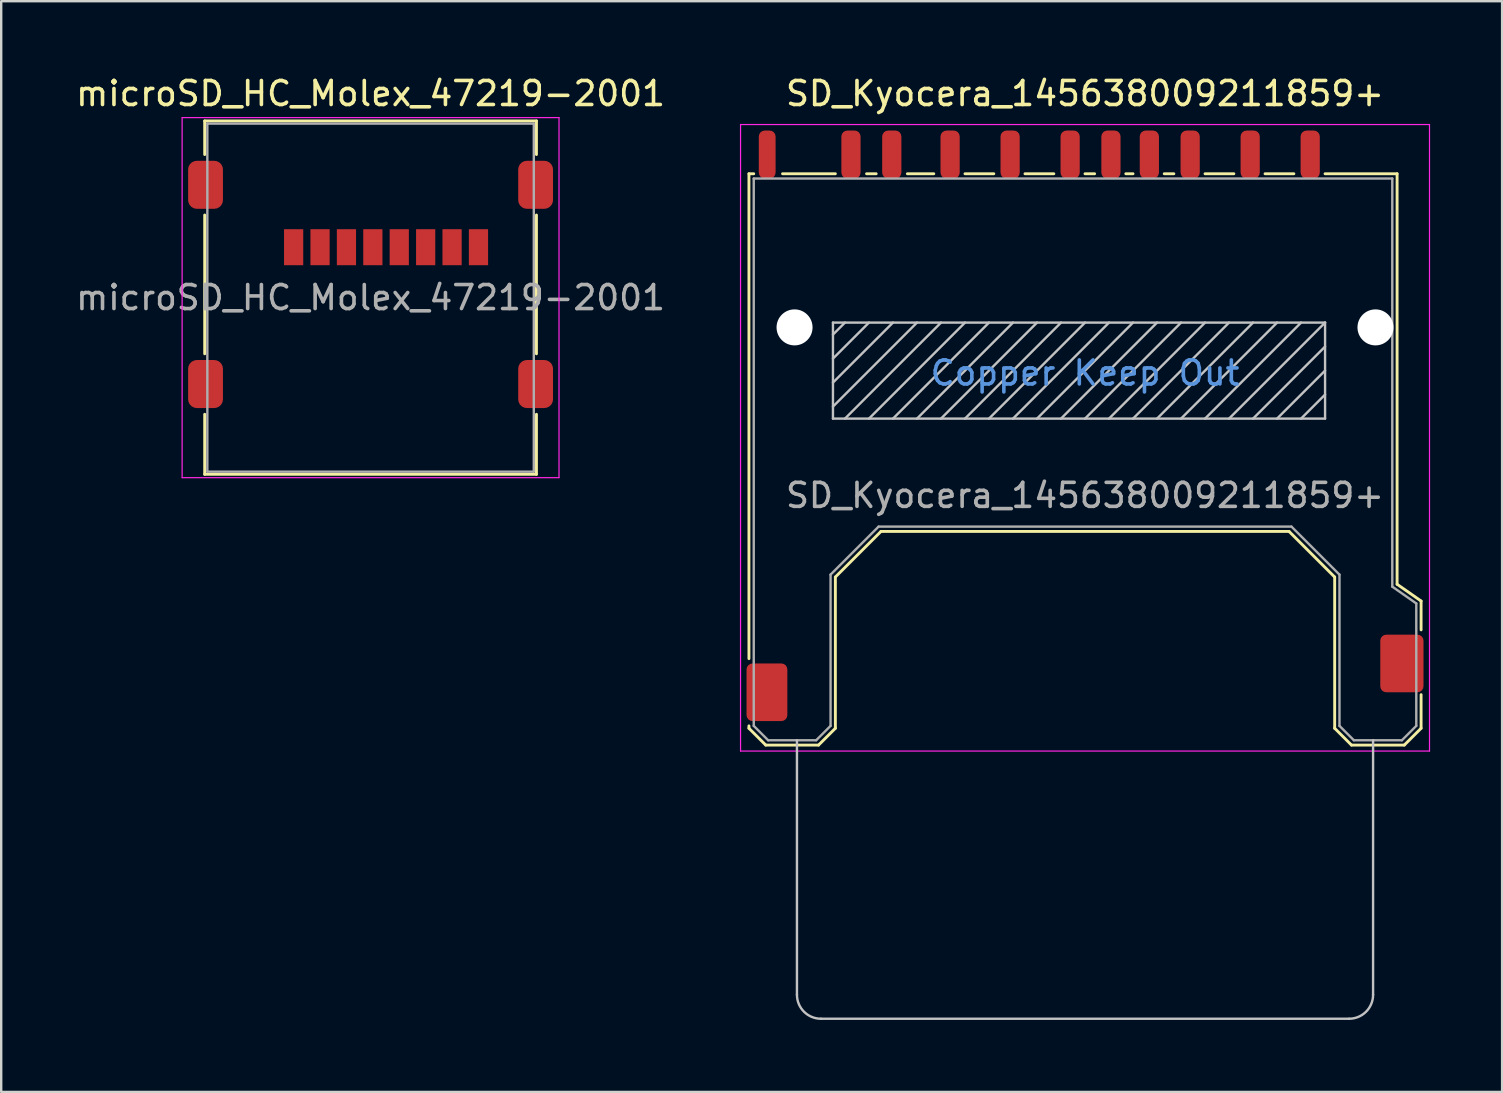
<source format=kicad_pcb>
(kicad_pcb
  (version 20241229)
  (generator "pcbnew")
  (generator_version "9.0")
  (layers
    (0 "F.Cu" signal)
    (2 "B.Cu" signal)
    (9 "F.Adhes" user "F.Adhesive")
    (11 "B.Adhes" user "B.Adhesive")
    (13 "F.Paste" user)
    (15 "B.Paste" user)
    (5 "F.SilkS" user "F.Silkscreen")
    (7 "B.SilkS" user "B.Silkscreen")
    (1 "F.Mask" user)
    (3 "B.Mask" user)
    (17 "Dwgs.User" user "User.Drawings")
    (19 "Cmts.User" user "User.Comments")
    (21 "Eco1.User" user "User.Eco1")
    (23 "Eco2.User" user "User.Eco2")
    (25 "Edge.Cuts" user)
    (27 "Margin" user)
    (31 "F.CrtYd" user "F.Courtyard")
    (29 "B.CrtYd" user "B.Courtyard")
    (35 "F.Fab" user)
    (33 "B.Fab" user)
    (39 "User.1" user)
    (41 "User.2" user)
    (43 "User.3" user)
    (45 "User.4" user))
  (footprint "SD_Kyocera_145638009211859+"
    (layer "F.Cu")
    (at 42.149 15.888)
    (property "Reference" "SD_Kyocera_145638009211859+" (at 0 -15.04 180) (layer "F.SilkS") (effects (font (size 1 1) (thickness 0.15))))
    (attr smd)
    (fp_line (start -14 -11.7) (end -14 8.5) (stroke (width 0.12) (type solid)) (layer "F.SilkS"))
    (fp_line (start -14 11.3) (end -14 11.4) (stroke (width 0.12) (type solid)) (layer "F.SilkS"))
    (fp_line (start -13.8 -11.7) (end -14 -11.7) (stroke (width 0.12) (type solid)) (layer "F.SilkS"))
    (fp_line (start -13.3 12.1) (end -14 11.4) (stroke (width 0.12) (type solid)) (layer "F.SilkS"))
    (fp_line (start -13.3 12.1) (end -11.1 12.1) (stroke (width 0.12) (type solid)) (layer "F.SilkS"))
    (fp_line (start -10.4 -11.7) (end -12.6 -11.7) (stroke (width 0.12) (type solid)) (layer "F.SilkS"))
    (fp_line (start -10.4 11.4) (end -11.1 12.1) (stroke (width 0.12) (type solid)) (layer "F.SilkS"))
    (fp_line (start -10.4 11.4) (end -10.4 5.1) (stroke (width 0.12) (type solid)) (layer "F.SilkS"))
    (fp_line (start -8.7 -11.7) (end -9.1 -11.7) (stroke (width 0.12) (type solid)) (layer "F.SilkS"))
    (fp_line (start -8.5 3.2) (end -10.4 5.1) (stroke (width 0.12) (type solid)) (layer "F.SilkS"))
    (fp_line (start -8.5 3.2) (end 8.5 3.2) (stroke (width 0.12) (type solid)) (layer "F.SilkS"))
    (fp_line (start -6.3 -11.7) (end -7.4 -11.7) (stroke (width 0.12) (type solid)) (layer "F.SilkS"))
    (fp_line (start -3.8 -11.7) (end -5 -11.7) (stroke (width 0.12) (type solid)) (layer "F.SilkS"))
    (fp_line (start -1.3 -11.7) (end -2.5 -11.7) (stroke (width 0.12) (type solid)) (layer "F.SilkS"))
    (fp_line (start 0.4 -11.7) (end 0 -11.7) (stroke (width 0.12) (type solid)) (layer "F.SilkS"))
    (fp_line (start 2 -11.7) (end 1.7 -11.7) (stroke (width 0.12) (type solid)) (layer "F.SilkS"))
    (fp_line (start 3.7 -11.7) (end 3.3 -11.7) (stroke (width 0.12) (type solid)) (layer "F.SilkS"))
    (fp_line (start 6.2 -11.7) (end 5 -11.7) (stroke (width 0.12) (type solid)) (layer "F.SilkS"))
    (fp_line (start 8.5 3.2) (end 10.4 5.1) (stroke (width 0.12) (type solid)) (layer "F.SilkS"))
    (fp_line (start 8.7 -11.7) (end 7.5 -11.7) (stroke (width 0.12) (type solid)) (layer "F.SilkS"))
    (fp_line (start 10.4 11.4) (end 10.4 5.1) (stroke (width 0.12) (type solid)) (layer "F.SilkS"))
    (fp_line (start 10.4 11.4) (end 11.1 12.1) (stroke (width 0.12) (type solid)) (layer "F.SilkS"))
    (fp_line (start 13 -11.7) (end 10 -11.7) (stroke (width 0.12) (type solid)) (layer "F.SilkS"))
    (fp_line (start 13 5.4) (end 13 -11.7) (stroke (width 0.12) (type solid)) (layer "F.SilkS"))
    (fp_line (start 13.3 12.1) (end 11.1 12.1) (stroke (width 0.12) (type solid)) (layer "F.SilkS"))
    (fp_line (start 13.3 12.1) (end 14 11.4) (stroke (width 0.12) (type solid)) (layer "F.SilkS"))
    (fp_line (start 14 6.1) (end 13 5.4) (stroke (width 0.12) (type solid)) (layer "F.SilkS"))
    (fp_line (start 14 6.1) (end 14 7.3) (stroke (width 0.12) (type solid)) (layer "F.SilkS"))
    (fp_line (start 14 10) (end 14 11.4) (stroke (width 0.12) (type solid)) (layer "F.SilkS"))
    (fp_line (start -12 11.9) (end -12 22.5) (stroke (width 0.1) (type solid)) (layer "Dwgs.User"))
    (fp_line (start -11 23.5) (end 11 23.5) (stroke (width 0.1) (type solid)) (layer "Dwgs.User"))
    (fp_line (start -10.5 -5.5) (end 10 -5.5) (stroke (width 0.1) (type solid)) (layer "Dwgs.User"))
    (fp_line (start -10.5 -1.5) (end -10.5 -5.5) (stroke (width 0.1) (type solid)) (layer "Dwgs.User"))
    (fp_line (start -10 -5.5) (end -10.5 -5) (stroke (width 0.1) (type solid)) (layer "Dwgs.User"))
    (fp_line (start -9 -5.5) (end -10.5 -4) (stroke (width 0.1) (type solid)) (layer "Dwgs.User"))
    (fp_line (start -8 -5.5) (end -10.5 -3) (stroke (width 0.1) (type solid)) (layer "Dwgs.User"))
    (fp_line (start -7 -5.5) (end -10.5 -2) (stroke (width 0.1) (type solid)) (layer "Dwgs.User"))
    (fp_line (start -6 -5.5) (end -10 -1.5) (stroke (width 0.1) (type solid)) (layer "Dwgs.User"))
    (fp_line (start -5 -5.5) (end -9 -1.5) (stroke (width 0.1) (type solid)) (layer "Dwgs.User"))
    (fp_line (start -4 -5.5) (end -8 -1.5) (stroke (width 0.1) (type solid)) (layer "Dwgs.User"))
    (fp_line (start -3 -5.5) (end -7 -1.5) (stroke (width 0.1) (type solid)) (layer "Dwgs.User"))
    (fp_line (start -2 -5.5) (end -6 -1.5) (stroke (width 0.1) (type solid)) (layer "Dwgs.User"))
    (fp_line (start -1 -5.5) (end -5 -1.5) (stroke (width 0.1) (type solid)) (layer "Dwgs.User"))
    (fp_line (start 0 -5.5) (end -4 -1.5) (stroke (width 0.1) (type solid)) (layer "Dwgs.User"))
    (fp_line (start 1 -5.5) (end -3 -1.5) (stroke (width 0.1) (type solid)) (layer "Dwgs.User"))
    (fp_line (start 2 -5.5) (end -2 -1.5) (stroke (width 0.1) (type solid)) (layer "Dwgs.User"))
    (fp_line (start 3 -5.5) (end -1 -1.5) (stroke (width 0.1) (type solid)) (layer "Dwgs.User"))
    (fp_line (start 4 -5.5) (end 0 -1.5) (stroke (width 0.1) (type solid)) (layer "Dwgs.User"))
    (fp_line (start 5 -5.5) (end 1 -1.5) (stroke (width 0.1) (type solid)) (layer "Dwgs.User"))
    (fp_line (start 6 -5.5) (end 2 -1.5) (stroke (width 0.1) (type solid)) (layer "Dwgs.User"))
    (fp_line (start 7 -5.5) (end 3 -1.5) (stroke (width 0.1) (type solid)) (layer "Dwgs.User"))
    (fp_line (start 8 -5.5) (end 4 -1.5) (stroke (width 0.1) (type solid)) (layer "Dwgs.User"))
    (fp_line (start 9 -5.5) (end 5 -1.5) (stroke (width 0.1) (type solid)) (layer "Dwgs.User"))
    (fp_line (start 10 -5.5) (end 6 -1.5) (stroke (width 0.1) (type solid)) (layer "Dwgs.User"))
    (fp_line (start 10 -5.5) (end 10 -1.5) (stroke (width 0.1) (type solid)) (layer "Dwgs.User"))
    (fp_line (start 10 -4.5) (end 7 -1.5) (stroke (width 0.1) (type solid)) (layer "Dwgs.User"))
    (fp_line (start 10 -3.5) (end 8 -1.5) (stroke (width 0.1) (type solid)) (layer "Dwgs.User"))
    (fp_line (start 10 -2.5) (end 9 -1.5) (stroke (width 0.1) (type solid)) (layer "Dwgs.User"))
    (fp_line (start 10 -1.5) (end -10.5 -1.5) (stroke (width 0.1) (type solid)) (layer "Dwgs.User"))
    (fp_line (start 12 22.5) (end 12 11.9) (stroke (width 0.1) (type solid)) (layer "Dwgs.User"))
    (fp_arc (start -11 23.5) (mid -11.707107 23.207107) (end -12 22.5) (stroke (width 0.1) (type solid)) (layer "Dwgs.User"))
    (fp_arc (start 12 22.5) (mid 11.707107 23.207107) (end 11 23.5) (stroke (width 0.1) (type solid)) (layer "Dwgs.User"))
    (fp_line (start -14.35 -13.75) (end 14.35 -13.75) (stroke (width 0.05) (type solid)) (layer "F.CrtYd"))
    (fp_line (start -14.35 12.35) (end -14.35 -13.75) (stroke (width 0.05) (type solid)) (layer "F.CrtYd"))
    (fp_line (start 14.35 -13.75) (end 14.35 12.35) (stroke (width 0.05) (type solid)) (layer "F.CrtYd"))
    (fp_line (start 14.35 12.35) (end -14.35 12.35) (stroke (width 0.05) (type solid)) (layer "F.CrtYd"))
    (fp_line (start -13.8 -11.5) (end -13.8 11.3) (stroke (width 0.1) (type solid)) (layer "F.Fab"))
    (fp_line (start -13.2 11.9) (end -13.8 11.3) (stroke (width 0.1) (type solid)) (layer "F.Fab"))
    (fp_line (start -13.2 11.9) (end -11.2 11.9) (stroke (width 0.1) (type solid)) (layer "F.Fab"))
    (fp_line (start -10.6 11.3) (end -11.2 11.9) (stroke (width 0.1) (type solid)) (layer "F.Fab"))
    (fp_line (start -10.6 11.3) (end -10.6 5) (stroke (width 0.1) (type solid)) (layer "F.Fab"))
    (fp_line (start -8.6 3) (end -10.6 5) (stroke (width 0.1) (type solid)) (layer "F.Fab"))
    (fp_line (start -8.6 3) (end 8.6 3) (stroke (width 0.1) (type solid)) (layer "F.Fab"))
    (fp_line (start 10.6 5) (end 8.6 3) (stroke (width 0.1) (type solid)) (layer "F.Fab"))
    (fp_line (start 10.6 5) (end 10.6 11.3) (stroke (width 0.1) (type solid)) (layer "F.Fab"))
    (fp_line (start 11.2 11.9) (end 10.6 11.3) (stroke (width 0.1) (type solid)) (layer "F.Fab"))
    (fp_line (start 11.2 11.9) (end 13.2 11.9) (stroke (width 0.1) (type solid)) (layer "F.Fab"))
    (fp_line (start 12.8 -11.5) (end -13.8 -11.5) (stroke (width 0.1) (type solid)) (layer "F.Fab"))
    (fp_line (start 12.8 5.5) (end 12.8 -11.5) (stroke (width 0.1) (type solid)) (layer "F.Fab"))
    (fp_line (start 13.8 6.2) (end 12.8 5.5) (stroke (width 0.1) (type solid)) (layer "F.Fab"))
    (fp_line (start 13.8 11.3) (end 13.2 11.9) (stroke (width 0.1) (type solid)) (layer "F.Fab"))
    (fp_line (start 13.8 11.3) (end 13.8 6.2) (stroke (width 0.1) (type solid)) (layer "F.Fab"))
    (fp_text user "Copper Keep Out" (at 0 -3.4 180) (layer "Cmts.User") (effects (font (size 1 1) (thickness 0.15))))
    (fp_text user "${REFERENCE}" (at 0 1.7 180) (layer "F.Fab") (effects (font (size 1 1) (thickness 0.15))))
    (pad "" np_thru_hole circle (at -12.1 -5.3 180) (size 1.5 1.5) (drill 1.5) (layers "*.Cu" "*.Mask"))
    (pad "" np_thru_hole circle (at 12.1 -5.3 180) (size 1.5 1.5) (drill 1.5) (layers "*.Cu" "*.Mask"))
    (pad "1" smd roundrect (at 6.88 -12.5) (size 0.8 2) (layers "F.Cu" "F.Mask" "F.Paste") (roundrect_rratio 0.313))
    (pad "2" smd roundrect (at 4.38 -12.5) (size 0.8 2) (layers "F.Cu" "F.Mask" "F.Paste") (roundrect_rratio 0.313))
    (pad "3" smd roundrect (at 1.08 -12.5) (size 0.8 2) (layers "F.Cu" "F.Mask" "F.Paste") (roundrect_rratio 0.313))
    (pad "4" smd roundrect (at -0.62 -12.5) (size 0.8 2) (layers "F.Cu" "F.Mask" "F.Paste") (roundrect_rratio 0.313))
    (pad "5" smd roundrect (at -3.12 -12.5) (size 0.8 2) (layers "F.Cu" "F.Mask" "F.Paste") (roundrect_rratio 0.313))
    (pad "6" smd roundrect (at -5.62 -12.5) (size 0.8 2) (layers "F.Cu" "F.Mask" "F.Paste") (roundrect_rratio 0.313))
    (pad "7" smd roundrect (at -8.05 -12.5) (size 0.8 2) (layers "F.Cu" "F.Mask" "F.Paste") (roundrect_rratio 0.313))
    (pad "8" smd roundrect (at -9.75 -12.5) (size 0.8 2) (layers "F.Cu" "F.Mask" "F.Paste") (roundrect_rratio 0.313))
    (pad "9" smd roundrect (at 9.38 -12.5) (size 0.8 2) (layers "F.Cu" "F.Mask" "F.Paste") (roundrect_rratio 0.313))
    (pad "10" smd roundrect (at 2.68 -12.5) (size 0.8 2) (layers "F.Cu" "F.Mask" "F.Paste") (roundrect_rratio 0.313))
    (pad "11" smd roundrect (at -13.24 -12.5) (size 0.7 2) (layers "F.Cu" "F.Mask" "F.Paste") (roundrect_rratio 0.357))
    (pad "12" smd roundrect (at 13.2 8.7) (size 1.8 2.4) (layers "F.Cu" "F.Mask" "F.Paste") (roundrect_rratio 0.139))
    (pad "13" smd roundrect (at -13.25 9.9) (size 1.7 2.4) (layers "F.Cu" "F.Mask" "F.Paste") (roundrect_rratio 0.147)))
  (footprint "microSD_HC_Molex_47219-2001"
    (layer "F.Cu")
    (at 12.387 9.348)
    (property "Reference" "microSD_HC_Molex_47219-2001" (at 0 -8.5 0) (unlocked yes) (layer "F.SilkS") (effects (font (size 1 1) (thickness 0.15))))
    (attr smd)
    (fp_line (start -6.91 -7.36) (end -6.91 -5.96) (stroke (width 0.12) (type solid)) (layer "F.SilkS"))
    (fp_line (start -6.91 -7.36) (end 6.91 -7.36) (stroke (width 0.12) (type solid)) (layer "F.SilkS"))
    (fp_line (start -6.91 2.34) (end -6.91 -3.44) (stroke (width 0.12) (type solid)) (layer "F.SilkS"))
    (fp_line (start -6.91 4.86) (end -6.91 7.36) (stroke (width 0.12) (type solid)) (layer "F.SilkS"))
    (fp_line (start -6.91 7.36) (end 6.91 7.36) (stroke (width 0.12) (type solid)) (layer "F.SilkS"))
    (fp_line (start 6.91 -7.36) (end 6.91 -5.96) (stroke (width 0.12) (type solid)) (layer "F.SilkS"))
    (fp_line (start 6.91 -3.44) (end 6.91 2.34) (stroke (width 0.12) (type solid)) (layer "F.SilkS"))
    (fp_line (start 6.91 4.86) (end 6.91 7.36) (stroke (width 0.12) (type solid)) (layer "F.SilkS"))
    (fp_line (start -7.85 -7.5) (end -7.85 7.5) (stroke (width 0.05) (type solid)) (layer "F.CrtYd"))
    (fp_line (start -7.85 -7.5) (end 7.85 -7.5) (stroke (width 0.05) (type solid)) (layer "F.CrtYd"))
    (fp_line (start -7.85 7.5) (end 7.85 7.5) (stroke (width 0.05) (type solid)) (layer "F.CrtYd"))
    (fp_line (start 7.85 -7.5) (end 7.85 7.5) (stroke (width 0.05) (type solid)) (layer "F.CrtYd"))
    (fp_line (start -6.8 -7.25) (end 6.8 -7.25) (stroke (width 0.1) (type solid)) (layer "F.Fab"))
    (fp_line (start -6.8 7.25) (end -6.8 -7.25) (stroke (width 0.1) (type solid)) (layer "F.Fab"))
    (fp_line (start -6.8 7.25) (end 6.8 7.25) (stroke (width 0.1) (type solid)) (layer "F.Fab"))
    (fp_line (start 6.8 -7.25) (end 6.8 7.25) (stroke (width 0.1) (type solid)) (layer "F.Fab"))
    (fp_text user "${REFERENCE}" (at 0 0 0) (unlocked yes) (layer "F.Fab") (effects (font (size 1 1) (thickness 0.15))))
    (pad "1" smd rect (at -3.205 -2.1) (size 0.8 1.5) (layers "F.Cu" "F.Mask" "F.Paste"))
    (pad "2" smd rect (at -2.105 -2.1) (size 0.8 1.5) (layers "F.Cu" "F.Mask" "F.Paste"))
    (pad "3" smd rect (at -1.005 -2.1) (size 0.8 1.5) (layers "F.Cu" "F.Mask" "F.Paste"))
    (pad "4" smd rect (at 0.095 -2.1) (size 0.8 1.5) (layers "F.Cu" "F.Mask" "F.Paste"))
    (pad "5" smd rect (at 1.195 -2.1) (size 0.8 1.5) (layers "F.Cu" "F.Mask" "F.Paste"))
    (pad "6" smd rect (at 2.295 -2.1) (size 0.8 1.5) (layers "F.Cu" "F.Mask" "F.Paste"))
    (pad "7" smd rect (at 3.395 -2.1) (size 0.8 1.5) (layers "F.Cu" "F.Mask" "F.Paste"))
    (pad "8" smd rect (at 4.495 -2.1) (size 0.8 1.5) (layers "F.Cu" "F.Mask" "F.Paste"))
    (pad "9" smd roundrect (at -6.875 -4.7) (size 1.45 2) (layers "F.Cu" "F.Mask" "F.Paste") (roundrect_rratio 0.25))
    (pad "9" smd roundrect (at -6.875 3.6) (size 1.45 2) (layers "F.Cu" "F.Mask" "F.Paste") (roundrect_rratio 0.25))
    (pad "9" smd roundrect (at 6.875 -4.7) (size 1.45 2) (layers "F.Cu" "F.Mask" "F.Paste") (roundrect_rratio 0.25))
    (pad "9" smd roundrect (at 6.875 3.6) (size 1.45 2) (layers "F.Cu" "F.Mask" "F.Paste") (roundrect_rratio 0.25)))
  (gr_rect
    (start -3 -3)
    (end 59.524 42.438)
    (stroke (width 0.1) (type default))
    (fill no)
    (layer "Edge.Cuts")))
</source>
